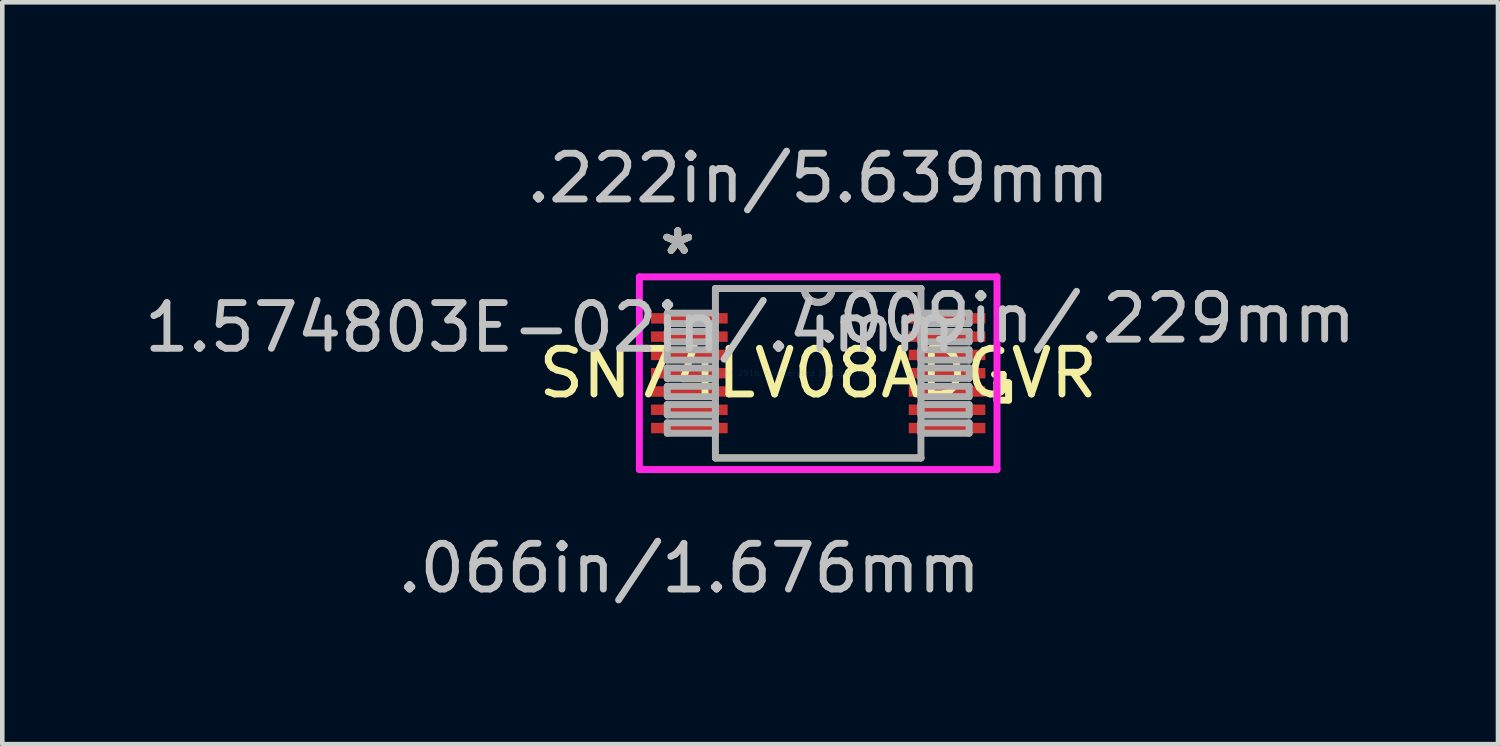
<source format=kicad_pcb>
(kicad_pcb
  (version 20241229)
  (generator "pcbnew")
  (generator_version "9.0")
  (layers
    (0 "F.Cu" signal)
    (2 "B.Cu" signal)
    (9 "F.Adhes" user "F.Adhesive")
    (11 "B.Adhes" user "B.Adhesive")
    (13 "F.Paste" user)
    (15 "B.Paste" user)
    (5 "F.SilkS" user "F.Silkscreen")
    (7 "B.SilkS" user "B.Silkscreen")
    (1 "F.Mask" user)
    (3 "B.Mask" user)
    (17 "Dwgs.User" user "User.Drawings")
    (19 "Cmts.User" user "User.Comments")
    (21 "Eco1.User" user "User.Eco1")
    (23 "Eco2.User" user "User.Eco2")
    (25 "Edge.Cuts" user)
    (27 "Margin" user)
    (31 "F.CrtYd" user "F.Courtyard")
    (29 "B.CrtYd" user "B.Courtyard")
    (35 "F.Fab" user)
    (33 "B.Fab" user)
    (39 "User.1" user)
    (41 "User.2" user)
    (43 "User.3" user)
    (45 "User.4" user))
  (footprint "SN74LV08ADGVR"
    (layer "F.Cu")
    (at 14.85 5.115)
    (property "Reference" "SN74LV08ADGVR" (at 0 0 0) (layer "F.SilkS") (effects (font (size 1 1) (thickness 0.15))))
    (attr through_hole)
    (fp_line (start -2.248 1.854) (end 2.248 1.854) (stroke (width 0.152) (type solid)) (layer "F.SilkS"))
    (fp_line (start 2.248 -1.854) (end -2.248 -1.854) (stroke (width 0.152) (type solid)) (layer "F.SilkS"))
    (fp_line (start 3.912 0.209) (end 4.166 0.209) (stroke (width 0.152) (type solid)) (layer "F.SilkS"))
    (fp_line (start 3.912 0.59) (end 3.912 0.209) (stroke (width 0.152) (type solid)) (layer "F.SilkS"))
    (fp_line (start 4.166 0.209) (end 4.166 0.59) (stroke (width 0.152) (type solid)) (layer "F.SilkS"))
    (fp_line (start 4.166 0.59) (end 3.912 0.59) (stroke (width 0.152) (type solid)) (layer "F.SilkS"))
    (fp_arc (start 0.3048 -1.8542) (mid 0 -1.5494) (end -0.3048 -1.8542) (stroke (width 0.1524) (type solid)) (layer "F.SilkS"))
    (fp_line (start -3.912 -2.108) (end 3.912 -2.108) (stroke (width 0.152) (type solid)) (layer "F.CrtYd"))
    (fp_line (start -3.912 2.108) (end -3.912 -2.108) (stroke (width 0.152) (type solid)) (layer "F.CrtYd"))
    (fp_line (start 3.912 -2.108) (end 3.912 2.108) (stroke (width 0.152) (type solid)) (layer "F.CrtYd"))
    (fp_line (start 3.912 2.108) (end -3.912 2.108) (stroke (width 0.152) (type solid)) (layer "F.CrtYd"))
    (fp_line (start -3.302 -1.314) (end -3.302 -1.086) (stroke (width 0.152) (type solid)) (layer "F.Fab"))
    (fp_line (start -3.302 -1.086) (end -2.248 -1.086) (stroke (width 0.152) (type solid)) (layer "F.Fab"))
    (fp_line (start -3.302 -0.914) (end -3.302 -0.686) (stroke (width 0.152) (type solid)) (layer "F.Fab"))
    (fp_line (start -3.302 -0.686) (end -2.248 -0.686) (stroke (width 0.152) (type solid)) (layer "F.Fab"))
    (fp_line (start -3.302 -0.514) (end -3.302 -0.286) (stroke (width 0.152) (type solid)) (layer "F.Fab"))
    (fp_line (start -3.302 -0.286) (end -2.248 -0.286) (stroke (width 0.152) (type solid)) (layer "F.Fab"))
    (fp_line (start -3.302 -0.114) (end -3.302 0.114) (stroke (width 0.152) (type solid)) (layer "F.Fab"))
    (fp_line (start -3.302 0.114) (end -2.248 0.114) (stroke (width 0.152) (type solid)) (layer "F.Fab"))
    (fp_line (start -3.302 0.286) (end -3.302 0.514) (stroke (width 0.152) (type solid)) (layer "F.Fab"))
    (fp_line (start -3.302 0.514) (end -2.248 0.514) (stroke (width 0.152) (type solid)) (layer "F.Fab"))
    (fp_line (start -3.302 0.686) (end -3.302 0.914) (stroke (width 0.152) (type solid)) (layer "F.Fab"))
    (fp_line (start -3.302 0.914) (end -2.248 0.914) (stroke (width 0.152) (type solid)) (layer "F.Fab"))
    (fp_line (start -3.302 1.086) (end -3.302 1.314) (stroke (width 0.152) (type solid)) (layer "F.Fab"))
    (fp_line (start -3.302 1.314) (end -2.248 1.314) (stroke (width 0.152) (type solid)) (layer "F.Fab"))
    (fp_line (start -2.248 -1.854) (end -2.248 1.854) (stroke (width 0.152) (type solid)) (layer "F.Fab"))
    (fp_line (start -2.248 -1.314) (end -3.302 -1.314) (stroke (width 0.152) (type solid)) (layer "F.Fab"))
    (fp_line (start -2.248 -1.086) (end -2.248 -1.314) (stroke (width 0.152) (type solid)) (layer "F.Fab"))
    (fp_line (start -2.248 -0.914) (end -3.302 -0.914) (stroke (width 0.152) (type solid)) (layer "F.Fab"))
    (fp_line (start -2.248 -0.686) (end -2.248 -0.914) (stroke (width 0.152) (type solid)) (layer "F.Fab"))
    (fp_line (start -2.248 -0.514) (end -3.302 -0.514) (stroke (width 0.152) (type solid)) (layer "F.Fab"))
    (fp_line (start -2.248 -0.286) (end -2.248 -0.514) (stroke (width 0.152) (type solid)) (layer "F.Fab"))
    (fp_line (start -2.248 -0.114) (end -3.302 -0.114) (stroke (width 0.152) (type solid)) (layer "F.Fab"))
    (fp_line (start -2.248 0.114) (end -2.248 -0.114) (stroke (width 0.152) (type solid)) (layer "F.Fab"))
    (fp_line (start -2.248 0.286) (end -3.302 0.286) (stroke (width 0.152) (type solid)) (layer "F.Fab"))
    (fp_line (start -2.248 0.514) (end -2.248 0.286) (stroke (width 0.152) (type solid)) (layer "F.Fab"))
    (fp_line (start -2.248 0.686) (end -3.302 0.686) (stroke (width 0.152) (type solid)) (layer "F.Fab"))
    (fp_line (start -2.248 0.914) (end -2.248 0.686) (stroke (width 0.152) (type solid)) (layer "F.Fab"))
    (fp_line (start -2.248 1.086) (end -3.302 1.086) (stroke (width 0.152) (type solid)) (layer "F.Fab"))
    (fp_line (start -2.248 1.314) (end -2.248 1.086) (stroke (width 0.152) (type solid)) (layer "F.Fab"))
    (fp_line (start -2.248 1.854) (end 2.248 1.854) (stroke (width 0.152) (type solid)) (layer "F.Fab"))
    (fp_line (start 2.248 -1.854) (end -2.248 -1.854) (stroke (width 0.152) (type solid)) (layer "F.Fab"))
    (fp_line (start 2.248 -1.314) (end 2.248 -1.086) (stroke (width 0.152) (type solid)) (layer "F.Fab"))
    (fp_line (start 2.248 -1.086) (end 3.302 -1.086) (stroke (width 0.152) (type solid)) (layer "F.Fab"))
    (fp_line (start 2.248 -0.914) (end 2.248 -0.686) (stroke (width 0.152) (type solid)) (layer "F.Fab"))
    (fp_line (start 2.248 -0.686) (end 3.302 -0.686) (stroke (width 0.152) (type solid)) (layer "F.Fab"))
    (fp_line (start 2.248 -0.514) (end 2.248 -0.286) (stroke (width 0.152) (type solid)) (layer "F.Fab"))
    (fp_line (start 2.248 -0.286) (end 3.302 -0.286) (stroke (width 0.152) (type solid)) (layer "F.Fab"))
    (fp_line (start 2.248 -0.114) (end 2.248 0.114) (stroke (width 0.152) (type solid)) (layer "F.Fab"))
    (fp_line (start 2.248 0.114) (end 3.302 0.114) (stroke (width 0.152) (type solid)) (layer "F.Fab"))
    (fp_line (start 2.248 0.286) (end 2.248 0.514) (stroke (width 0.152) (type solid)) (layer "F.Fab"))
    (fp_line (start 2.248 0.514) (end 3.302 0.514) (stroke (width 0.152) (type solid)) (layer "F.Fab"))
    (fp_line (start 2.248 0.686) (end 2.248 0.914) (stroke (width 0.152) (type solid)) (layer "F.Fab"))
    (fp_line (start 2.248 0.914) (end 3.302 0.914) (stroke (width 0.152) (type solid)) (layer "F.Fab"))
    (fp_line (start 2.248 1.086) (end 2.248 1.314) (stroke (width 0.152) (type solid)) (layer "F.Fab"))
    (fp_line (start 2.248 1.314) (end 3.302 1.314) (stroke (width 0.152) (type solid)) (layer "F.Fab"))
    (fp_line (start 2.248 1.854) (end 2.248 -1.854) (stroke (width 0.152) (type solid)) (layer "F.Fab"))
    (fp_line (start 3.302 -1.314) (end 2.248 -1.314) (stroke (width 0.152) (type solid)) (layer "F.Fab"))
    (fp_line (start 3.302 -1.086) (end 3.302 -1.314) (stroke (width 0.152) (type solid)) (layer "F.Fab"))
    (fp_line (start 3.302 -0.914) (end 2.248 -0.914) (stroke (width 0.152) (type solid)) (layer "F.Fab"))
    (fp_line (start 3.302 -0.686) (end 3.302 -0.914) (stroke (width 0.152) (type solid)) (layer "F.Fab"))
    (fp_line (start 3.302 -0.514) (end 2.248 -0.514) (stroke (width 0.152) (type solid)) (layer "F.Fab"))
    (fp_line (start 3.302 -0.286) (end 3.302 -0.514) (stroke (width 0.152) (type solid)) (layer "F.Fab"))
    (fp_line (start 3.302 -0.114) (end 2.248 -0.114) (stroke (width 0.152) (type solid)) (layer "F.Fab"))
    (fp_line (start 3.302 0.114) (end 3.302 -0.114) (stroke (width 0.152) (type solid)) (layer "F.Fab"))
    (fp_line (start 3.302 0.286) (end 2.248 0.286) (stroke (width 0.152) (type solid)) (layer "F.Fab"))
    (fp_line (start 3.302 0.514) (end 3.302 0.286) (stroke (width 0.152) (type solid)) (layer "F.Fab"))
    (fp_line (start 3.302 0.686) (end 2.248 0.686) (stroke (width 0.152) (type solid)) (layer "F.Fab"))
    (fp_line (start 3.302 0.914) (end 3.302 0.686) (stroke (width 0.152) (type solid)) (layer "F.Fab"))
    (fp_line (start 3.302 1.086) (end 2.248 1.086) (stroke (width 0.152) (type solid)) (layer "F.Fab"))
    (fp_line (start 3.302 1.314) (end 3.302 1.086) (stroke (width 0.152) (type solid)) (layer "F.Fab"))
    (fp_arc (start 0.3048 -1.8542) (mid 0 -1.5494) (end -0.3048 -1.8542) (stroke (width 0.1524) (type solid)) (layer "F.Fab"))
    (fp_text user "*" (at -3.073 -2.572 0) (layer "F.SilkS") (effects (font (size 1 1) (thickness 0.15))))
    (fp_text user "*" (at -3.073 -2.572 0) (layer "F.SilkS") (effects (font (size 1 1) (thickness 0.15))))
    (fp_text user ".009in/.229mm" (at 5.867 -1.2 0) (layer "Dwgs.User") (effects (font (size 1 1) (thickness 0.15))))
    (fp_text user "1.574803E-02in/.4mm" (at -5.867 -1 0) (layer "Dwgs.User") (effects (font (size 1 1) (thickness 0.15))))
    (fp_text user ".222in/5.639mm" (at 0 -4.267 0) (layer "Dwgs.User") (effects (font (size 1 1) (thickness 0.15))))
    (fp_text user ".066in/1.676mm" (at -2.819 4.267 0) (layer "Dwgs.User") (effects (font (size 1 1) (thickness 0.15))))
    (fp_text user "Copyright 2016 Accelerated Designs. All rights reserved." (at 0 0 0) (layer "Cmts.User") (effects (font (size 0.127 0.127) (thickness 0.002))))
    (fp_text user "*" (at -3.073 -2.572 0) (layer "F.Fab") (effects (font (size 1 1) (thickness 0.15))))
    (fp_text user "*" (at -3.073 -2.572 0) (layer "F.Fab") (effects (font (size 1 1) (thickness 0.15))))
    (pad "1" smd rect (at -2.819 -1.2) (size 1.676 0.229) (layers "F.Cu" "F.Mask" "F.Paste"))
    (pad "2" smd rect (at -2.819 -0.8) (size 1.676 0.229) (layers "F.Cu" "F.Mask" "F.Paste"))
    (pad "3" smd rect (at -2.819 -0.4) (size 1.676 0.229) (layers "F.Cu" "F.Mask" "F.Paste"))
    (pad "4" smd rect (at -2.819 0) (size 1.676 0.229) (layers "F.Cu" "F.Mask" "F.Paste"))
    (pad "5" smd rect (at -2.819 0.4) (size 1.676 0.229) (layers "F.Cu" "F.Mask" "F.Paste"))
    (pad "6" smd rect (at -2.819 0.8) (size 1.676 0.229) (layers "F.Cu" "F.Mask" "F.Paste"))
    (pad "7" smd rect (at -2.819 1.2) (size 1.676 0.229) (layers "F.Cu" "F.Mask" "F.Paste"))
    (pad "8" smd rect (at 2.819 1.2) (size 1.676 0.229) (layers "F.Cu" "F.Mask" "F.Paste"))
    (pad "9" smd rect (at 2.819 0.8) (size 1.676 0.229) (layers "F.Cu" "F.Mask" "F.Paste"))
    (pad "10" smd rect (at 2.819 0.4) (size 1.676 0.229) (layers "F.Cu" "F.Mask" "F.Paste"))
    (pad "11" smd rect (at 2.819 0) (size 1.676 0.229) (layers "F.Cu" "F.Mask" "F.Paste"))
    (pad "12" smd rect (at 2.819 -0.4) (size 1.676 0.229) (layers "F.Cu" "F.Mask" "F.Paste"))
    (pad "13" smd rect (at 2.819 -0.8) (size 1.676 0.229) (layers "F.Cu" "F.Mask" "F.Paste"))
    (pad "14" smd rect (at 2.819 -1.2) (size 1.676 0.229) (layers "F.Cu" "F.Mask" "F.Paste")))
  (gr_rect
    (start -3 -3)
    (end 29.723 13.231)
    (stroke (width 0.1) (type default))
    (fill no)
    (layer "Edge.Cuts")))
</source>
